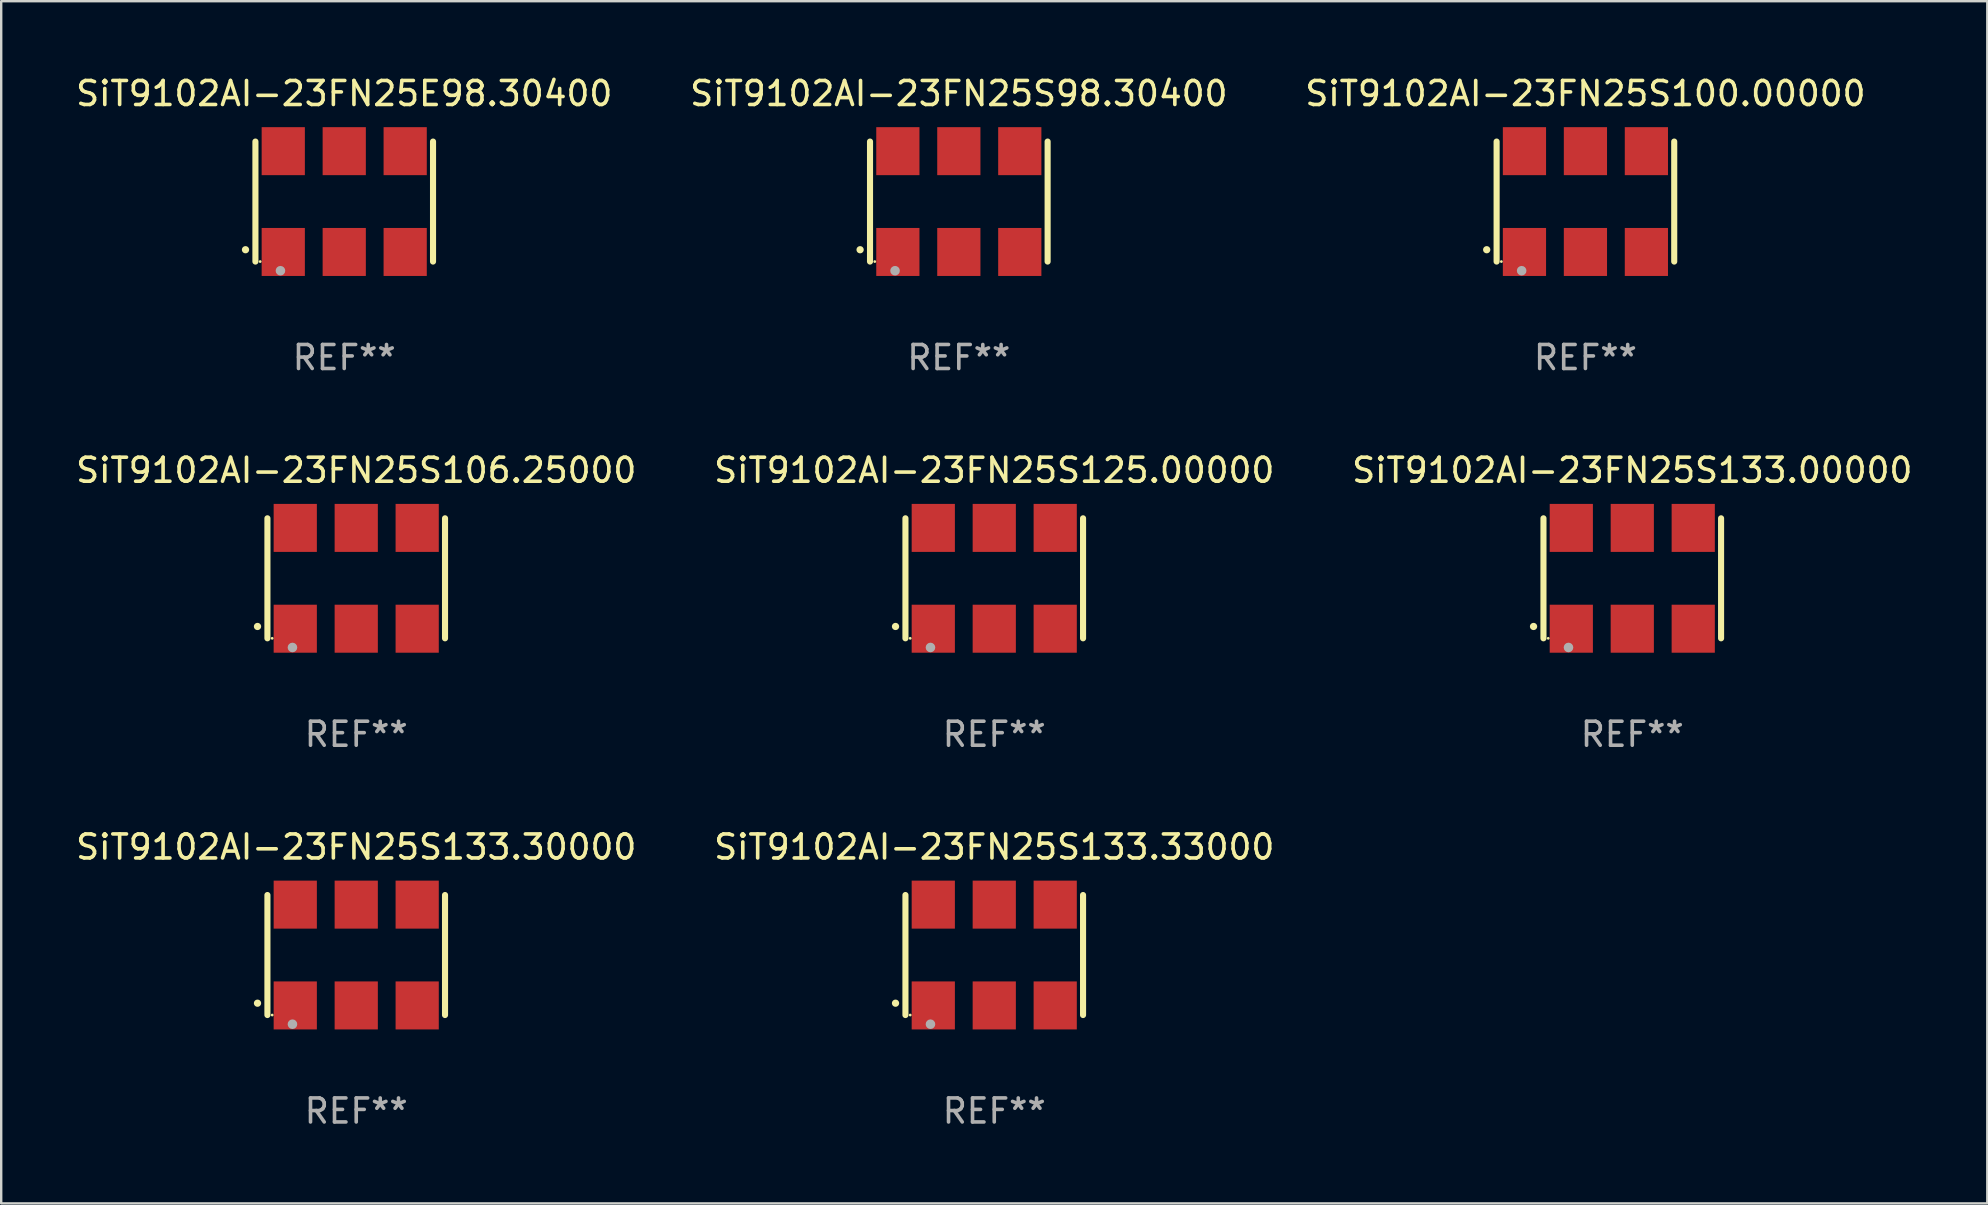
<source format=kicad_pcb>
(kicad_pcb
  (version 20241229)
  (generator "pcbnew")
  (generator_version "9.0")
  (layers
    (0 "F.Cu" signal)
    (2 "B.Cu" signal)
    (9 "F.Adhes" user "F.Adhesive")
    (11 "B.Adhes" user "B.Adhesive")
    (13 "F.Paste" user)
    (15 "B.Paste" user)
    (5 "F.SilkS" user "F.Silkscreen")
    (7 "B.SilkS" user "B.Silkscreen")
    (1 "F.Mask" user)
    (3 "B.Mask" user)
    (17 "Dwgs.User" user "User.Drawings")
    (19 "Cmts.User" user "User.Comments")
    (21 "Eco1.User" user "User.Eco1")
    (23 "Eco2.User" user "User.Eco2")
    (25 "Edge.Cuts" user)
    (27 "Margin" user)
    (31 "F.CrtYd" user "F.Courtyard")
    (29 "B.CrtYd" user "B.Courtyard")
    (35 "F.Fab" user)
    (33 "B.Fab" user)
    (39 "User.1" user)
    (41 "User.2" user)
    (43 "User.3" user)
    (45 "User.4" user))
  (footprint "SiT9102AI-23FN25S133.00000"
    (layer "F.Cu")
    (at 64.958 21.045)
    (property "Reference" "SiT9102AI-23FN25S133.00000" (at 0 -4.5 0) (layer "F.SilkS") (effects (font (size 1 1) (thickness 0.15))))
    (attr through_hole)
    (fp_line (start -3.7 -2.5) (end -3.7 2.5) (stroke (width 0.254) (type solid)) (layer "F.SilkS"))
    (fp_line (start 3.7 -2.5) (end 3.7 2.5) (stroke (width 0.254) (type solid)) (layer "F.SilkS"))
    (fp_arc (start -4.114415 2.006604) (mid -4.113145 2.006599) (end -4.111875 2.006604) (stroke (width 0.3) (type solid)) (layer "F.SilkS"))
    (fp_circle (center -3.502 2.5) (end -3.472 2.5) (stroke (width 0.06) (type solid)) (fill no) (layer "F.SilkS"))
    (fp_circle (center -2.657 2.882) (end -2.557 2.882) (stroke (width 0.2) (type solid)) (fill no) (layer "F.Fab"))
    (fp_text user "REF**" (at 0 6.5 0) (layer "F.Fab") (effects (font (size 1 1) (thickness 0.15))))
    (pad "1" smd rect (at -2.54 2.1) (size 1.8 2) (layers "F.Cu" "F.Mask" "F.Paste"))
    (pad "2" smd rect (at 0.000394 2.1) (size 1.8 2) (layers "F.Cu" "F.Mask" "F.Paste"))
    (pad "3" smd rect (at 2.54 2.1) (size 1.8 2) (layers "F.Cu" "F.Mask" "F.Paste"))
    (pad "4" smd rect (at 2.54 -2.1) (size 1.8 2) (layers "F.Cu" "F.Mask" "F.Paste"))
    (pad "5" smd rect (at 0.000394 -2.1) (size 1.8 2) (layers "F.Cu" "F.Mask" "F.Paste"))
    (pad "6" smd rect (at -2.54 -2.1) (size 1.8 2) (layers "F.Cu" "F.Mask" "F.Paste")))
  (footprint "SiT9102AI-23FN25E98.30400"
    (layer "F.Cu")
    (at 11.292 5.348)
    (property "Reference" "SiT9102AI-23FN25E98.30400" (at 0 -4.5 0) (layer "F.SilkS") (effects (font (size 1 1) (thickness 0.15))))
    (attr through_hole)
    (fp_line (start -3.7 -2.5) (end -3.7 2.5) (stroke (width 0.254) (type solid)) (layer "F.SilkS"))
    (fp_line (start 3.7 -2.5) (end 3.7 2.5) (stroke (width 0.254) (type solid)) (layer "F.SilkS"))
    (fp_arc (start -4.114415 2.006604) (mid -4.113145 2.006599) (end -4.111875 2.006604) (stroke (width 0.3) (type solid)) (layer "F.SilkS"))
    (fp_circle (center -3.502 2.5) (end -3.472 2.5) (stroke (width 0.06) (type solid)) (fill no) (layer "F.SilkS"))
    (fp_circle (center -2.657 2.882) (end -2.557 2.882) (stroke (width 0.2) (type solid)) (fill no) (layer "F.Fab"))
    (fp_text user "REF**" (at 0 6.5 0) (layer "F.Fab") (effects (font (size 1 1) (thickness 0.15))))
    (pad "1" smd rect (at -2.54 2.1) (size 1.8 2) (layers "F.Cu" "F.Mask" "F.Paste"))
    (pad "2" smd rect (at 0.000394 2.1) (size 1.8 2) (layers "F.Cu" "F.Mask" "F.Paste"))
    (pad "3" smd rect (at 2.54 2.1) (size 1.8 2) (layers "F.Cu" "F.Mask" "F.Paste"))
    (pad "4" smd rect (at 2.54 -2.1) (size 1.8 2) (layers "F.Cu" "F.Mask" "F.Paste"))
    (pad "5" smd rect (at 0.000394 -2.1) (size 1.8 2) (layers "F.Cu" "F.Mask" "F.Paste"))
    (pad "6" smd rect (at -2.54 -2.1) (size 1.8 2) (layers "F.Cu" "F.Mask" "F.Paste")))
  (footprint "SiT9102AI-23FN25S133.33000"
    (layer "F.Cu")
    (at 38.375 36.741)
    (property "Reference" "SiT9102AI-23FN25S133.33000" (at 0 -4.5 0) (layer "F.SilkS") (effects (font (size 1 1) (thickness 0.15))))
    (attr through_hole)
    (fp_line (start -3.7 -2.5) (end -3.7 2.5) (stroke (width 0.254) (type solid)) (layer "F.SilkS"))
    (fp_line (start 3.7 -2.5) (end 3.7 2.5) (stroke (width 0.254) (type solid)) (layer "F.SilkS"))
    (fp_arc (start -4.114415 2.006604) (mid -4.113145 2.006599) (end -4.111875 2.006604) (stroke (width 0.3) (type solid)) (layer "F.SilkS"))
    (fp_circle (center -3.502 2.5) (end -3.472 2.5) (stroke (width 0.06) (type solid)) (fill no) (layer "F.SilkS"))
    (fp_circle (center -2.657 2.882) (end -2.557 2.882) (stroke (width 0.2) (type solid)) (fill no) (layer "F.Fab"))
    (fp_text user "REF**" (at 0 6.5 0) (layer "F.Fab") (effects (font (size 1 1) (thickness 0.15))))
    (pad "1" smd rect (at -2.54 2.1) (size 1.8 2) (layers "F.Cu" "F.Mask" "F.Paste"))
    (pad "2" smd rect (at 0.000394 2.1) (size 1.8 2) (layers "F.Cu" "F.Mask" "F.Paste"))
    (pad "3" smd rect (at 2.54 2.1) (size 1.8 2) (layers "F.Cu" "F.Mask" "F.Paste"))
    (pad "4" smd rect (at 2.54 -2.1) (size 1.8 2) (layers "F.Cu" "F.Mask" "F.Paste"))
    (pad "5" smd rect (at 0.000394 -2.1) (size 1.8 2) (layers "F.Cu" "F.Mask" "F.Paste"))
    (pad "6" smd rect (at -2.54 -2.1) (size 1.8 2) (layers "F.Cu" "F.Mask" "F.Paste")))
  (footprint "SiT9102AI-23FN25S100.00000"
    (layer "F.Cu")
    (at 63.006 5.348)
    (property "Reference" "SiT9102AI-23FN25S100.00000" (at 0 -4.5 0) (layer "F.SilkS") (effects (font (size 1 1) (thickness 0.15))))
    (attr through_hole)
    (fp_line (start -3.7 -2.5) (end -3.7 2.5) (stroke (width 0.254) (type solid)) (layer "F.SilkS"))
    (fp_line (start 3.7 -2.5) (end 3.7 2.5) (stroke (width 0.254) (type solid)) (layer "F.SilkS"))
    (fp_arc (start -4.114415 2.006604) (mid -4.113145 2.006599) (end -4.111875 2.006604) (stroke (width 0.3) (type solid)) (layer "F.SilkS"))
    (fp_circle (center -3.502 2.5) (end -3.472 2.5) (stroke (width 0.06) (type solid)) (fill no) (layer "F.SilkS"))
    (fp_circle (center -2.657 2.882) (end -2.557 2.882) (stroke (width 0.2) (type solid)) (fill no) (layer "F.Fab"))
    (fp_text user "REF**" (at 0 6.5 0) (layer "F.Fab") (effects (font (size 1 1) (thickness 0.15))))
    (pad "1" smd rect (at -2.54 2.1) (size 1.8 2) (layers "F.Cu" "F.Mask" "F.Paste"))
    (pad "2" smd rect (at 0.000394 2.1) (size 1.8 2) (layers "F.Cu" "F.Mask" "F.Paste"))
    (pad "3" smd rect (at 2.54 2.1) (size 1.8 2) (layers "F.Cu" "F.Mask" "F.Paste"))
    (pad "4" smd rect (at 2.54 -2.1) (size 1.8 2) (layers "F.Cu" "F.Mask" "F.Paste"))
    (pad "5" smd rect (at 0.000394 -2.1) (size 1.8 2) (layers "F.Cu" "F.Mask" "F.Paste"))
    (pad "6" smd rect (at -2.54 -2.1) (size 1.8 2) (layers "F.Cu" "F.Mask" "F.Paste")))
  (footprint "SiT9102AI-23FN25S106.25000"
    (layer "F.Cu")
    (at 11.792 21.045)
    (property "Reference" "SiT9102AI-23FN25S106.25000" (at 0 -4.5 0) (layer "F.SilkS") (effects (font (size 1 1) (thickness 0.15))))
    (attr through_hole)
    (fp_line (start -3.7 -2.5) (end -3.7 2.5) (stroke (width 0.254) (type solid)) (layer "F.SilkS"))
    (fp_line (start 3.7 -2.5) (end 3.7 2.5) (stroke (width 0.254) (type solid)) (layer "F.SilkS"))
    (fp_arc (start -4.114415 2.006604) (mid -4.113145 2.006599) (end -4.111875 2.006604) (stroke (width 0.3) (type solid)) (layer "F.SilkS"))
    (fp_circle (center -3.502 2.5) (end -3.472 2.5) (stroke (width 0.06) (type solid)) (fill no) (layer "F.SilkS"))
    (fp_circle (center -2.657 2.882) (end -2.557 2.882) (stroke (width 0.2) (type solid)) (fill no) (layer "F.Fab"))
    (fp_text user "REF**" (at 0 6.5 0) (layer "F.Fab") (effects (font (size 1 1) (thickness 0.15))))
    (pad "1" smd rect (at -2.54 2.1) (size 1.8 2) (layers "F.Cu" "F.Mask" "F.Paste"))
    (pad "2" smd rect (at 0.000394 2.1) (size 1.8 2) (layers "F.Cu" "F.Mask" "F.Paste"))
    (pad "3" smd rect (at 2.54 2.1) (size 1.8 2) (layers "F.Cu" "F.Mask" "F.Paste"))
    (pad "4" smd rect (at 2.54 -2.1) (size 1.8 2) (layers "F.Cu" "F.Mask" "F.Paste"))
    (pad "5" smd rect (at 0.000394 -2.1) (size 1.8 2) (layers "F.Cu" "F.Mask" "F.Paste"))
    (pad "6" smd rect (at -2.54 -2.1) (size 1.8 2) (layers "F.Cu" "F.Mask" "F.Paste")))
  (footprint "SiT9102AI-23FN25S125.00000"
    (layer "F.Cu")
    (at 38.375 21.045)
    (property "Reference" "SiT9102AI-23FN25S125.00000" (at 0 -4.5 0) (layer "F.SilkS") (effects (font (size 1 1) (thickness 0.15))))
    (attr through_hole)
    (fp_line (start -3.7 -2.5) (end -3.7 2.5) (stroke (width 0.254) (type solid)) (layer "F.SilkS"))
    (fp_line (start 3.7 -2.5) (end 3.7 2.5) (stroke (width 0.254) (type solid)) (layer "F.SilkS"))
    (fp_arc (start -4.114415 2.006604) (mid -4.113145 2.006599) (end -4.111875 2.006604) (stroke (width 0.3) (type solid)) (layer "F.SilkS"))
    (fp_circle (center -3.502 2.5) (end -3.472 2.5) (stroke (width 0.06) (type solid)) (fill no) (layer "F.SilkS"))
    (fp_circle (center -2.657 2.882) (end -2.557 2.882) (stroke (width 0.2) (type solid)) (fill no) (layer "F.Fab"))
    (fp_text user "REF**" (at 0 6.5 0) (layer "F.Fab") (effects (font (size 1 1) (thickness 0.15))))
    (pad "1" smd rect (at -2.54 2.1) (size 1.8 2) (layers "F.Cu" "F.Mask" "F.Paste"))
    (pad "2" smd rect (at 0.000394 2.1) (size 1.8 2) (layers "F.Cu" "F.Mask" "F.Paste"))
    (pad "3" smd rect (at 2.54 2.1) (size 1.8 2) (layers "F.Cu" "F.Mask" "F.Paste"))
    (pad "4" smd rect (at 2.54 -2.1) (size 1.8 2) (layers "F.Cu" "F.Mask" "F.Paste"))
    (pad "5" smd rect (at 0.000394 -2.1) (size 1.8 2) (layers "F.Cu" "F.Mask" "F.Paste"))
    (pad "6" smd rect (at -2.54 -2.1) (size 1.8 2) (layers "F.Cu" "F.Mask" "F.Paste")))
  (footprint "SiT9102AI-23FN25S133.30000"
    (layer "F.Cu")
    (at 11.792 36.741)
    (property "Reference" "SiT9102AI-23FN25S133.30000" (at 0 -4.5 0) (layer "F.SilkS") (effects (font (size 1 1) (thickness 0.15))))
    (attr through_hole)
    (fp_line (start -3.7 -2.5) (end -3.7 2.5) (stroke (width 0.254) (type solid)) (layer "F.SilkS"))
    (fp_line (start 3.7 -2.5) (end 3.7 2.5) (stroke (width 0.254) (type solid)) (layer "F.SilkS"))
    (fp_arc (start -4.114415 2.006604) (mid -4.113145 2.006599) (end -4.111875 2.006604) (stroke (width 0.3) (type solid)) (layer "F.SilkS"))
    (fp_circle (center -3.502 2.5) (end -3.472 2.5) (stroke (width 0.06) (type solid)) (fill no) (layer "F.SilkS"))
    (fp_circle (center -2.657 2.882) (end -2.557 2.882) (stroke (width 0.2) (type solid)) (fill no) (layer "F.Fab"))
    (fp_text user "REF**" (at 0 6.5 0) (layer "F.Fab") (effects (font (size 1 1) (thickness 0.15))))
    (pad "1" smd rect (at -2.54 2.1) (size 1.8 2) (layers "F.Cu" "F.Mask" "F.Paste"))
    (pad "2" smd rect (at 0.000394 2.1) (size 1.8 2) (layers "F.Cu" "F.Mask" "F.Paste"))
    (pad "3" smd rect (at 2.54 2.1) (size 1.8 2) (layers "F.Cu" "F.Mask" "F.Paste"))
    (pad "4" smd rect (at 2.54 -2.1) (size 1.8 2) (layers "F.Cu" "F.Mask" "F.Paste"))
    (pad "5" smd rect (at 0.000394 -2.1) (size 1.8 2) (layers "F.Cu" "F.Mask" "F.Paste"))
    (pad "6" smd rect (at -2.54 -2.1) (size 1.8 2) (layers "F.Cu" "F.Mask" "F.Paste")))
  (footprint "SiT9102AI-23FN25S98.30400"
    (layer "F.Cu")
    (at 36.899 5.348)
    (property "Reference" "SiT9102AI-23FN25S98.30400" (at 0 -4.5 0) (layer "F.SilkS") (effects (font (size 1 1) (thickness 0.15))))
    (attr through_hole)
    (fp_line (start -3.7 -2.5) (end -3.7 2.5) (stroke (width 0.254) (type solid)) (layer "F.SilkS"))
    (fp_line (start 3.7 -2.5) (end 3.7 2.5) (stroke (width 0.254) (type solid)) (layer "F.SilkS"))
    (fp_arc (start -4.114415 2.006604) (mid -4.113145 2.006599) (end -4.111875 2.006604) (stroke (width 0.3) (type solid)) (layer "F.SilkS"))
    (fp_circle (center -3.502 2.5) (end -3.472 2.5) (stroke (width 0.06) (type solid)) (fill no) (layer "F.SilkS"))
    (fp_circle (center -2.657 2.882) (end -2.557 2.882) (stroke (width 0.2) (type solid)) (fill no) (layer "F.Fab"))
    (fp_text user "REF**" (at 0 6.5 0) (layer "F.Fab") (effects (font (size 1 1) (thickness 0.15))))
    (pad "1" smd rect (at -2.54 2.1) (size 1.8 2) (layers "F.Cu" "F.Mask" "F.Paste"))
    (pad "2" smd rect (at 0.000394 2.1) (size 1.8 2) (layers "F.Cu" "F.Mask" "F.Paste"))
    (pad "3" smd rect (at 2.54 2.1) (size 1.8 2) (layers "F.Cu" "F.Mask" "F.Paste"))
    (pad "4" smd rect (at 2.54 -2.1) (size 1.8 2) (layers "F.Cu" "F.Mask" "F.Paste"))
    (pad "5" smd rect (at 0.000394 -2.1) (size 1.8 2) (layers "F.Cu" "F.Mask" "F.Paste"))
    (pad "6" smd rect (at -2.54 -2.1) (size 1.8 2) (layers "F.Cu" "F.Mask" "F.Paste")))
  (gr_rect
    (start -3 -3)
    (end 79.75 47.09)
    (stroke (width 0.1) (type default))
    (fill no)
    (layer "Edge.Cuts")))
</source>
